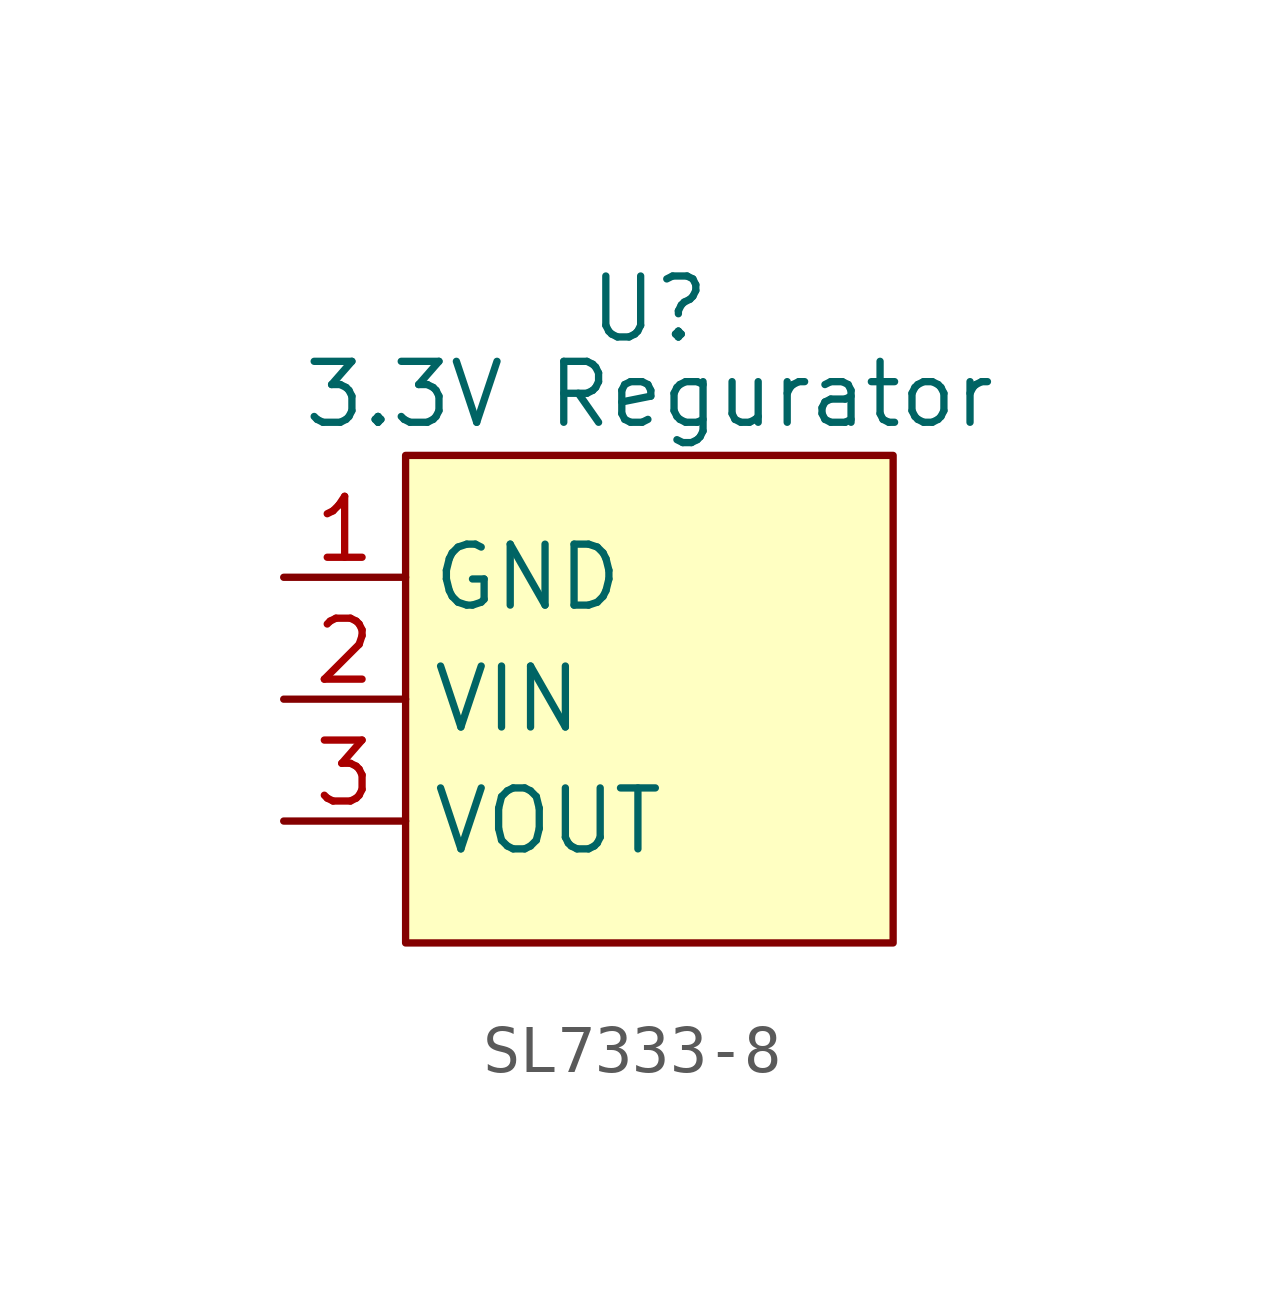
<source format=kicad_sym>
(kicad_symbol_lib
  (version 20241209)
  (generator "kicad_symbol_editor")
  (generator_version "9.0")
  (symbol "SL7333-8"
    (property "Reference" "U"
      (at 0 8.128 0)
      (effects (font (size 1.27 1.27))))
    (property "Value" "3.3V Regurator"
      (at 0 6.35 0)
      (effects (font (size 1.27 1.27))))
    (symbol "SL7333-8_1_1"
      (rectangle (start -5.08 5.08) (end 5.08 -5.08) (stroke (width 0) (type solid)) (fill (type background)))
      (pin power_out line (at -7.62 2.54 0) (length 2.54) (name "GND" (effects (font (size 1.27 1.27)))) (number "1" (effects (font (size 1.27 1.27)))))
      (pin power_in line (at -7.62 0 0) (length 2.54) (name "VIN" (effects (font (size 1.27 1.27)))) (number "2" (effects (font (size 1.27 1.27)))))
      (pin power_out line (at -7.62 -2.54 0) (length 2.54) (name "VOUT" (effects (font (size 1.27 1.27)))) (number "3" (effects (font (size 1.27 1.27))))))))
</source>
